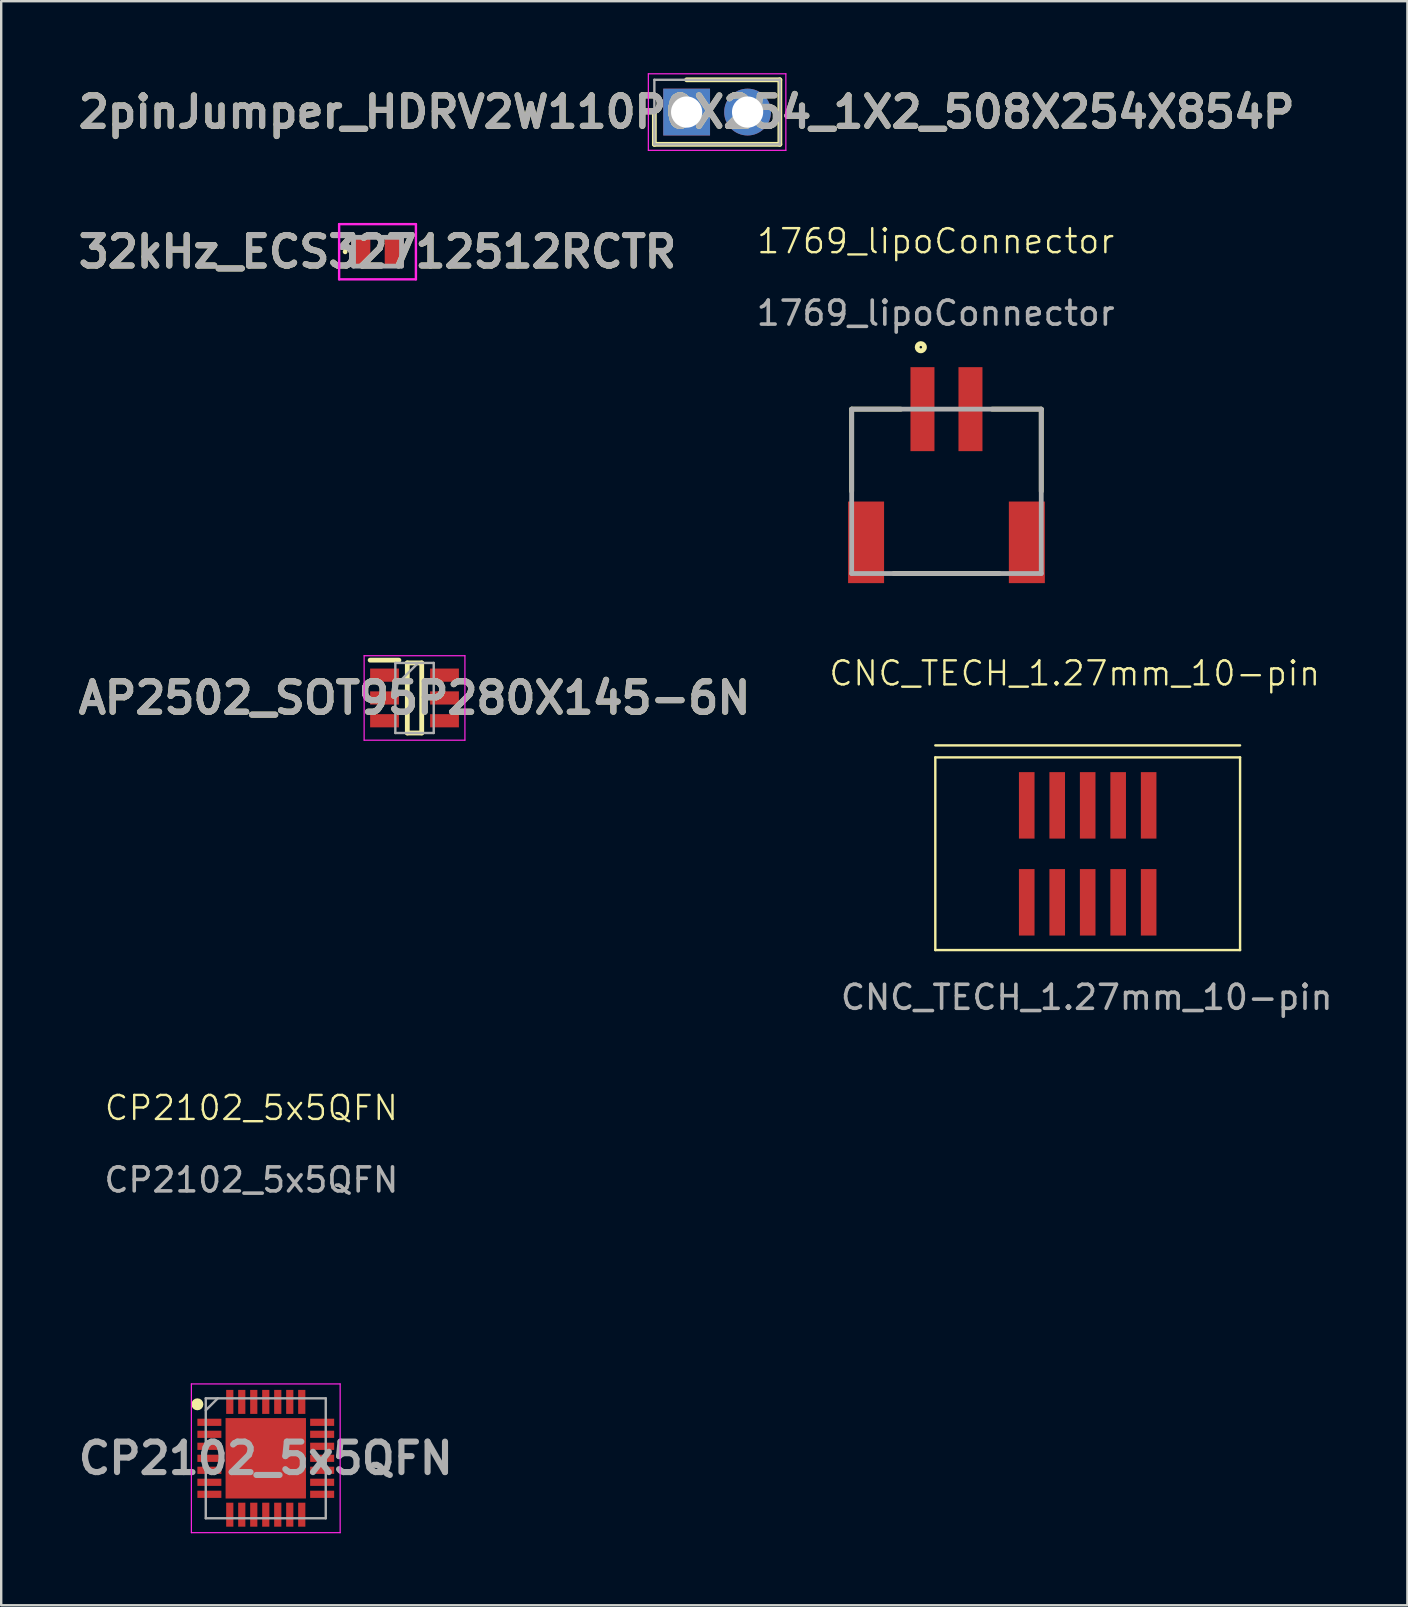
<source format=kicad_pcb>
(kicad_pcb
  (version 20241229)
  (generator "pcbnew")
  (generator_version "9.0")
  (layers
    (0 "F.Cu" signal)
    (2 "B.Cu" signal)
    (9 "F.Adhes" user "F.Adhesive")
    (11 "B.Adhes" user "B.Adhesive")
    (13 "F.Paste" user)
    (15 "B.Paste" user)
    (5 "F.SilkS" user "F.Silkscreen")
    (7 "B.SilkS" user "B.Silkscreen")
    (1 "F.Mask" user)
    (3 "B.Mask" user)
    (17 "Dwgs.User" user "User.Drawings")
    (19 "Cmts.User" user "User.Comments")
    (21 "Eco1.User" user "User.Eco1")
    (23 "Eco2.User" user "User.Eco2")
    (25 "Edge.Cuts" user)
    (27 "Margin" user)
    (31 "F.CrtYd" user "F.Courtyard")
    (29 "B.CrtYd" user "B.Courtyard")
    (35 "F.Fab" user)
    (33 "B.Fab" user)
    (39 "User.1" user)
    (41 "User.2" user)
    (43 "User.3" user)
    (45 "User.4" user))
  (footprint "CP2102_5x5QFN"
    (layer "F.Cu")
    (at 7.925 57.62)
    (property "Reference" "CP2102_5x5QFN" (at -0.5 -14.5 0) (unlocked yes) (layer "F.SilkS") (effects (font (size 1 1) (thickness 0.1))))
    (attr smd)
    (fp_circle (center -2.75 -2.15) (end -2.75 -2.025) (stroke (width 0.25) (type solid)) (fill no) (layer "F.SilkS"))
    (fp_rect (start -1.255 -1.28) (end -0.505 -0.53) (stroke (width 0.1) (type solid)) (fill yes) (layer "F.Paste"))
    (fp_rect (start -1.255 -0.28) (end -0.505 0.47) (stroke (width 0.1) (type solid)) (fill yes) (layer "F.Paste"))
    (fp_rect (start -1.255 0.72) (end -0.505 1.47) (stroke (width 0.1) (type solid)) (fill yes) (layer "F.Paste"))
    (fp_rect (start -0.255 -1.28) (end 0.495 -0.53) (stroke (width 0.1) (type solid)) (fill yes) (layer "F.Paste"))
    (fp_rect (start -0.255 -0.28) (end 0.495 0.47) (stroke (width 0.1) (type solid)) (fill yes) (layer "F.Paste"))
    (fp_rect (start -0.255 0.72) (end 0.495 1.47) (stroke (width 0.1) (type solid)) (fill yes) (layer "F.Paste"))
    (fp_rect (start 0.745 -1.28) (end 1.495 -0.53) (stroke (width 0.1) (type solid)) (fill yes) (layer "F.Paste"))
    (fp_rect (start 0.745 -0.28) (end 1.495 0.47) (stroke (width 0.1) (type solid)) (fill yes) (layer "F.Paste"))
    (fp_rect (start 0.745 0.72) (end 1.495 1.47) (stroke (width 0.1) (type solid)) (fill yes) (layer "F.Paste"))
    (fp_line (start -3 -3) (end 3.2 -3) (stroke (width 0.05) (type solid)) (layer "F.CrtYd"))
    (fp_line (start -3 3.2) (end -3 -3) (stroke (width 0.05) (type solid)) (layer "F.CrtYd"))
    (fp_line (start 3.2 -3) (end 3.2 3.2) (stroke (width 0.05) (type solid)) (layer "F.CrtYd"))
    (fp_line (start 3.2 3.2) (end -3 3.2) (stroke (width 0.05) (type solid)) (layer "F.CrtYd"))
    (fp_line (start -2.4 -2.4) (end 2.6 -2.4) (stroke (width 0.1) (type solid)) (layer "F.Fab"))
    (fp_line (start -2.4 -1.9) (end -1.9 -2.4) (stroke (width 0.1) (type solid)) (layer "F.Fab"))
    (fp_line (start -2.4 2.6) (end -2.4 -2.4) (stroke (width 0.1) (type solid)) (layer "F.Fab"))
    (fp_line (start 2.6 -2.4) (end 2.6 2.6) (stroke (width 0.1) (type solid)) (layer "F.Fab"))
    (fp_line (start 2.6 2.6) (end -2.4 2.6) (stroke (width 0.1) (type solid)) (layer "F.Fab"))
    (fp_text user "${REFERENCE}" (at 0.1 0.1 0) (layer "F.Fab") (effects (font (size 1.27 1.27) (thickness 0.254))))
    (fp_text user "${REFERENCE}" (at -0.5 -11.5 0) (unlocked yes) (layer "F.Fab") (effects (font (size 1 1) (thickness 0.15))))
    (pad "1" smd rect (at -2.25 -1.4 90) (size 0.3 1) (layers "F.Cu" "F.Mask" "F.Paste"))
    (pad "2" smd rect (at -2.25 -0.9 90) (size 0.3 1) (layers "F.Cu" "F.Mask" "F.Paste"))
    (pad "3" smd rect (at -2.25 -0.4 90) (size 0.3 1) (layers "F.Cu" "F.Mask" "F.Paste"))
    (pad "4" smd rect (at -2.25 0.1 90) (size 0.3 1) (layers "F.Cu" "F.Mask" "F.Paste"))
    (pad "5" smd rect (at -2.25 0.6 90) (size 0.3 1) (layers "F.Cu" "F.Mask" "F.Paste"))
    (pad "6" smd rect (at -2.25 1.1 90) (size 0.3 1) (layers "F.Cu" "F.Mask" "F.Paste"))
    (pad "7" smd rect (at -2.25 1.6 90) (size 0.3 1) (layers "F.Cu" "F.Mask" "F.Paste"))
    (pad "8" smd rect (at -1.4 2.45) (size 0.3 1) (layers "F.Cu" "F.Mask" "F.Paste"))
    (pad "9" smd rect (at -0.9 2.45) (size 0.3 1) (layers "F.Cu" "F.Mask" "F.Paste"))
    (pad "10" smd rect (at -0.4 2.45) (size 0.3 1) (layers "F.Cu" "F.Mask" "F.Paste"))
    (pad "11" smd rect (at 0.1 2.45) (size 0.3 1) (layers "F.Cu" "F.Mask" "F.Paste"))
    (pad "12" smd rect (at 0.6 2.45) (size 0.3 1) (layers "F.Cu" "F.Mask" "F.Paste"))
    (pad "13" smd rect (at 1.1 2.45) (size 0.3 1) (layers "F.Cu" "F.Mask" "F.Paste"))
    (pad "14" smd rect (at 1.6 2.45) (size 0.3 1) (layers "F.Cu" "F.Mask" "F.Paste"))
    (pad "15" smd rect (at 2.45 1.6 90) (size 0.3 1) (layers "F.Cu" "F.Mask" "F.Paste"))
    (pad "16" smd rect (at 2.45 1.1 90) (size 0.3 1) (layers "F.Cu" "F.Mask" "F.Paste"))
    (pad "17" smd rect (at 2.45 0.6 90) (size 0.3 1) (layers "F.Cu" "F.Mask" "F.Paste"))
    (pad "18" smd rect (at 2.45 0.1 90) (size 0.3 1) (layers "F.Cu" "F.Mask" "F.Paste"))
    (pad "19" smd rect (at 2.45 -0.4 90) (size 0.3 1) (layers "F.Cu" "F.Mask" "F.Paste"))
    (pad "20" smd rect (at 2.45 -0.9 90) (size 0.3 1) (layers "F.Cu" "F.Mask" "F.Paste"))
    (pad "21" smd rect (at 2.45 -1.4 90) (size 0.3 1) (layers "F.Cu" "F.Mask" "F.Paste"))
    (pad "22" smd rect (at 1.6 -2.25) (size 0.3 1) (layers "F.Cu" "F.Mask" "F.Paste"))
    (pad "23" smd rect (at 1.1 -2.25) (size 0.3 1) (layers "F.Cu" "F.Mask" "F.Paste"))
    (pad "24" smd rect (at 0.6 -2.25) (size 0.3 1) (layers "F.Cu" "F.Mask" "F.Paste"))
    (pad "25" smd rect (at 0.1 -2.25) (size 0.3 1) (layers "F.Cu" "F.Mask" "F.Paste"))
    (pad "26" smd rect (at -0.4 -2.25) (size 0.3 1) (layers "F.Cu" "F.Mask" "F.Paste"))
    (pad "27" smd rect (at -0.9 -2.25) (size 0.3 1) (layers "F.Cu" "F.Mask" "F.Paste"))
    (pad "28" smd rect (at -1.4 -2.25) (size 0.3 1) (layers "F.Cu" "F.Mask" "F.Paste"))
    (pad "29" smd rect (at 0.1 0.1) (size 3.35 3.35) (layers "F.Cu" "F.Mask")))
  (footprint "2pinJumper_HDRV2W110P0X254_1X2_508X254X854P"
    (layer "F.Cu")
    (at 25.563 1.62)
    (property "Reference" "2pinJumper_HDRV2W110P0X254_1X2_508X254X854P" (at 0 0 0) (layer "F.SilkS") (effects (font (size 1.27 1.27) (thickness 0.254))))
    (attr through_hole)
    (fp_line (start -1.345 0) (end -1.345 1.345) (stroke (width 0.2) (type solid)) (layer "F.SilkS"))
    (fp_line (start -1.345 1.345) (end 3.885 1.345) (stroke (width 0.2) (type solid)) (layer "F.SilkS"))
    (fp_line (start 3.885 -1.345) (end 0 -1.345) (stroke (width 0.2) (type solid)) (layer "F.SilkS"))
    (fp_line (start 3.885 1.345) (end 3.885 -1.345) (stroke (width 0.2) (type solid)) (layer "F.SilkS"))
    (fp_line (start -1.595 -1.595) (end 4.135 -1.595) (stroke (width 0.05) (type solid)) (layer "F.CrtYd"))
    (fp_line (start -1.595 1.595) (end -1.595 -1.595) (stroke (width 0.05) (type solid)) (layer "F.CrtYd"))
    (fp_line (start 4.135 -1.595) (end 4.135 1.595) (stroke (width 0.05) (type solid)) (layer "F.CrtYd"))
    (fp_line (start 4.135 1.595) (end -1.595 1.595) (stroke (width 0.05) (type solid)) (layer "F.CrtYd"))
    (fp_line (start -1.345 -1.345) (end 3.885 -1.345) (stroke (width 0.1) (type solid)) (layer "F.Fab"))
    (fp_line (start -1.345 1.345) (end -1.345 -1.345) (stroke (width 0.1) (type solid)) (layer "F.Fab"))
    (fp_line (start 3.885 -1.345) (end 3.885 1.345) (stroke (width 0.1) (type solid)) (layer "F.Fab"))
    (fp_line (start 3.885 1.345) (end -1.345 1.345) (stroke (width 0.1) (type solid)) (layer "F.Fab"))
    (fp_text user "${REFERENCE}" (at 0 0 0) (layer "F.Fab") (effects (font (size 1.27 1.27) (thickness 0.254))))
    (pad "1" thru_hole rect (at 0 0) (size 1.95 1.95) (drill 1.3) (layers "*.Cu" "*.Mask"))
    (pad "2" thru_hole circle (at 2.54 0) (size 1.95 1.95) (drill 1.3) (layers "*.Cu" "*.Mask")))
  (footprint "AP2502_SOT95P280X145-6N"
    (layer "F.Cu")
    (at 14.224 26.035)
    (property "Reference" "AP2502_SOT95P280X145-6N" (at 0 0 0) (layer "F.SilkS") (effects (font (size 1.27 1.27) (thickness 0.254))))
    (attr smd)
    (fp_line (start -1.85 -1.575) (end -0.65 -1.575) (stroke (width 0.2) (type solid)) (layer "F.SilkS"))
    (fp_line (start -0.3 -1.46) (end 0.3 -1.46) (stroke (width 0.2) (type solid)) (layer "F.SilkS"))
    (fp_line (start -0.3 1.46) (end -0.3 -1.46) (stroke (width 0.2) (type solid)) (layer "F.SilkS"))
    (fp_line (start 0.3 -1.46) (end 0.3 1.46) (stroke (width 0.2) (type solid)) (layer "F.SilkS"))
    (fp_line (start 0.3 1.46) (end -0.3 1.46) (stroke (width 0.2) (type solid)) (layer "F.SilkS"))
    (fp_line (start -2.1 -1.76) (end 2.1 -1.76) (stroke (width 0.05) (type solid)) (layer "F.CrtYd"))
    (fp_line (start -2.1 1.76) (end -2.1 -1.76) (stroke (width 0.05) (type solid)) (layer "F.CrtYd"))
    (fp_line (start 2.1 -1.76) (end 2.1 1.76) (stroke (width 0.05) (type solid)) (layer "F.CrtYd"))
    (fp_line (start 2.1 1.76) (end -2.1 1.76) (stroke (width 0.05) (type solid)) (layer "F.CrtYd"))
    (fp_line (start -0.8 -1.46) (end 0.8 -1.46) (stroke (width 0.1) (type solid)) (layer "F.Fab"))
    (fp_line (start -0.8 -0.51) (end 0.15 -1.46) (stroke (width 0.1) (type solid)) (layer "F.Fab"))
    (fp_line (start -0.8 1.46) (end -0.8 -1.46) (stroke (width 0.1) (type solid)) (layer "F.Fab"))
    (fp_line (start 0.8 -1.46) (end 0.8 1.46) (stroke (width 0.1) (type solid)) (layer "F.Fab"))
    (fp_line (start 0.8 1.46) (end -0.8 1.46) (stroke (width 0.1) (type solid)) (layer "F.Fab"))
    (fp_text user "${REFERENCE}" (at 0 0 0) (layer "F.Fab") (effects (font (size 1.27 1.27) (thickness 0.254))))
    (pad "1" smd rect (at -1.25 -0.95 90) (size 0.55 1.2) (layers "F.Cu" "F.Mask" "F.Paste"))
    (pad "2" smd rect (at -1.25 0 90) (size 0.55 1.2) (layers "F.Cu" "F.Mask" "F.Paste"))
    (pad "3" smd rect (at -1.25 0.95 90) (size 0.55 1.2) (layers "F.Cu" "F.Mask" "F.Paste"))
    (pad "4" smd rect (at 1.25 0.95 90) (size 0.55 1.2) (layers "F.Cu" "F.Mask" "F.Paste"))
    (pad "5" smd rect (at 1.25 0 90) (size 0.55 1.2) (layers "F.Cu" "F.Mask" "F.Paste"))
    (pad "6" smd rect (at 1.25 -0.95 90) (size 0.55 1.2) (layers "F.Cu" "F.Mask" "F.Paste")))
  (footprint "CNC_TECH_1.27mm_10-pin"
    (layer "F.Cu")
    (at 42.236 32.511)
    (property "Reference" "CNC_TECH_1.27mm_10-pin" (at -0.5 -7.5 0) (unlocked yes) (layer "F.SilkS") (effects (font (size 1 1) (thickness 0.1))))
    (attr smd)
    (fp_line (start -6.31 -4.5) (end 6.39 -4.5) (stroke (width 0.1) (type default)) (layer "F.SilkS"))
    (fp_line (start -6.31 -4) (end 6.39 -4) (stroke (width 0.1) (type default)) (layer "F.SilkS"))
    (fp_line (start -6.31 4.03) (end -6.31 -4) (stroke (width 0.1) (type default)) (layer "F.SilkS"))
    (fp_line (start 6.39 -4) (end 6.39 4.03) (stroke (width 0.1) (type default)) (layer "F.SilkS"))
    (fp_line (start 6.39 4.03) (end -6.31 4.03) (stroke (width 0.1) (type default)) (layer "F.SilkS"))
    (fp_text user "${REFERENCE}" (at 0 6 0) (unlocked yes) (layer "F.Fab") (effects (font (size 1 1) (thickness 0.15))))
    (pad "1" smd rect (at 2.58 -2) (size 0.65 2.77) (layers "F.Cu" "F.Mask" "F.Paste"))
    (pad "2" smd rect (at 2.58 2.04) (size 0.65 2.77) (layers "F.Cu" "F.Mask" "F.Paste"))
    (pad "3" smd rect (at 1.31 -2) (size 0.65 2.77) (layers "F.Cu" "F.Mask" "F.Paste"))
    (pad "4" smd rect (at 1.31 2.04) (size 0.65 2.77) (layers "F.Cu" "F.Mask" "F.Paste"))
    (pad "5" smd rect (at 0.04 -2) (size 0.65 2.77) (layers "F.Cu" "F.Mask" "F.Paste"))
    (pad "6" smd rect (at 0.04 2.04) (size 0.65 2.77) (layers "F.Cu" "F.Mask" "F.Paste"))
    (pad "7" smd rect (at -1.23 -2) (size 0.65 2.77) (layers "F.Cu" "F.Mask" "F.Paste"))
    (pad "8" smd rect (at -1.23 2.04) (size 0.65 2.77) (layers "F.Cu" "F.Mask" "F.Paste"))
    (pad "9" smd rect (at -2.5 -2) (size 0.65 2.77) (layers "F.Cu" "F.Mask" "F.Paste"))
    (pad "10" smd rect (at -2.5 2.04) (size 0.65 2.77) (layers "F.Cu" "F.Mask" "F.Paste")))
  (footprint "32kHz_ECS32712512RCTR"
    (layer "F.Cu")
    (at 12.682 7.44)
    (property "Reference" "32kHz_ECS32712512RCTR" (at 0 0 0) (layer "F.SilkS") (effects (font (size 1.27 1.27) (thickness 0.254))))
    (attr smd)
    (fp_line (start -1.35 -0.05) (end -1.35 -0.05) (stroke (width 0.1) (type solid)) (layer "F.SilkS"))
    (fp_line (start -1.35 0.05) (end -1.35 0.05) (stroke (width 0.1) (type solid)) (layer "F.SilkS"))
    (fp_line (start -0.1 -0.6) (end 0.1 -0.6) (stroke (width 0.1) (type solid)) (layer "F.SilkS"))
    (fp_line (start -0.1 0.6) (end 0.1 0.6) (stroke (width 0.1) (type solid)) (layer "F.SilkS"))
    (fp_arc (start -1.35 -0.05) (mid -1.3 0) (end -1.35 0.05) (stroke (width 0.1) (type solid)) (layer "F.SilkS"))
    (fp_arc (start -1.35 0.05) (mid -1.4 0) (end -1.35 -0.05) (stroke (width 0.1) (type solid)) (layer "F.SilkS"))
    (fp_line (start -1.6 -1.15) (end 1.6 -1.15) (stroke (width 0.1) (type solid)) (layer "F.CrtYd"))
    (fp_line (start -1.6 1.15) (end -1.6 -1.15) (stroke (width 0.1) (type solid)) (layer "F.CrtYd"))
    (fp_line (start 1.6 -1.15) (end 1.6 1.15) (stroke (width 0.1) (type solid)) (layer "F.CrtYd"))
    (fp_line (start 1.6 1.15) (end -1.6 1.15) (stroke (width 0.1) (type solid)) (layer "F.CrtYd"))
    (fp_line (start -1 -0.6) (end 1 -0.6) (stroke (width 0.2) (type solid)) (layer "F.Fab"))
    (fp_line (start -1 0.6) (end -1 -0.6) (stroke (width 0.2) (type solid)) (layer "F.Fab"))
    (fp_line (start 1 -0.6) (end 1 0.6) (stroke (width 0.2) (type solid)) (layer "F.Fab"))
    (fp_line (start 1 0.6) (end -1 0.6) (stroke (width 0.2) (type solid)) (layer "F.Fab"))
    (fp_text user "${REFERENCE}" (at 0 0 0) (layer "F.Fab") (effects (font (size 1.27 1.27) (thickness 0.254))))
    (pad "1" smd rect (at -0.7 0) (size 0.8 1.3) (layers "F.Cu" "F.Mask" "F.Paste"))
    (pad "2" smd rect (at 0.7 0) (size 0.8 1.3) (layers "F.Cu" "F.Mask" "F.Paste")))
  (footprint "1769_lipoConnector"
    (layer "F.Cu")
    (at 36.441 17)
    (property "Reference" "1769_lipoConnector" (at -0.5 -10 0) (unlocked yes) (layer "F.SilkS") (effects (font (size 1 1) (thickness 0.1))))
    (attr smd)
    (fp_line (start -4 -3) (end -4 0.425) (stroke (width 0.2) (type solid)) (layer "F.SilkS"))
    (fp_line (start -4 -3) (end -1.95 -3) (stroke (width 0.2) (type solid)) (layer "F.SilkS"))
    (fp_line (start -2.246 3.849) (end 2.146 3.849) (stroke (width 0.2) (type solid)) (layer "F.SilkS"))
    (fp_line (start 3.9 -3) (end 1.85 -3) (stroke (width 0.2) (type solid)) (layer "F.SilkS"))
    (fp_line (start 3.9 -3) (end 3.9 0.425) (stroke (width 0.2) (type solid)) (layer "F.SilkS"))
    (fp_circle (center -1.119 -5.582) (end -1.119 -5.53) (stroke (width 0.2) (type solid)) (fill no) (layer "F.SilkS"))
    (fp_line (start -4 -3) (end 3.9 -3) (stroke (width 0.2) (type solid)) (layer "F.Fab"))
    (fp_line (start -4 3.849) (end -4 -3) (stroke (width 0.2) (type solid)) (layer "F.Fab"))
    (fp_line (start 3.9 -3) (end 3.9 3.849) (stroke (width 0.2) (type solid)) (layer "F.Fab"))
    (fp_line (start 3.9 3.849) (end -4 3.849) (stroke (width 0.2) (type solid)) (layer "F.Fab"))
    (fp_text user "${REFERENCE}" (at -0.5 -7 0) (unlocked yes) (layer "F.Fab") (effects (font (size 1 1) (thickness 0.15))))
    (pad "1" smd rect (at -1.05 -3) (size 1 3.5) (layers "F.Cu" "F.Mask" "F.Paste"))
    (pad "2" smd rect (at 0.95 -3) (size 1 3.5) (layers "F.Cu" "F.Mask" "F.Paste"))
    (pad "3" smd rect (at -3.4 2.55) (size 1.5 3.4) (layers "F.Cu" "F.Mask" "F.Paste"))
    (pad "4" smd rect (at 3.3 2.55) (size 1.5 3.4) (layers "F.Cu" "F.Mask" "F.Paste")))
  (gr_rect
    (start -3 -3)
    (end 55.599 63.845)
    (stroke (width 0.1) (type default))
    (fill no)
    (layer "Edge.Cuts")))
</source>
